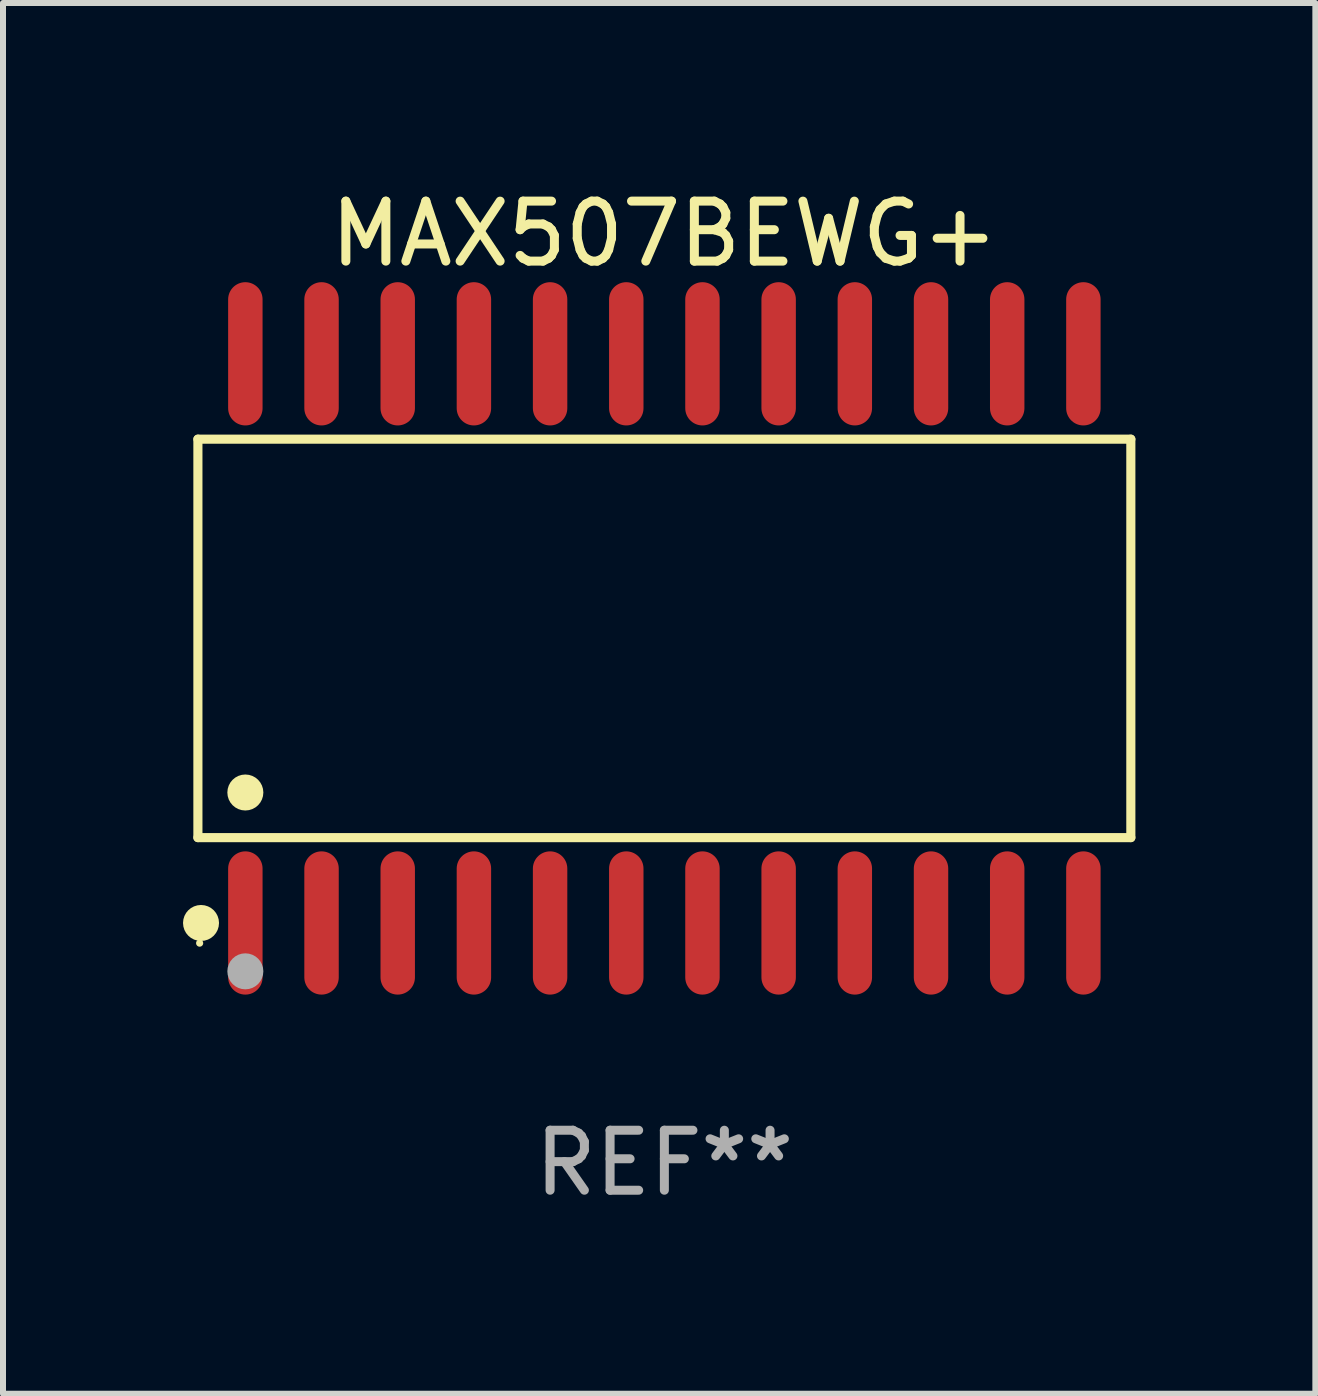
<source format=kicad_pcb>
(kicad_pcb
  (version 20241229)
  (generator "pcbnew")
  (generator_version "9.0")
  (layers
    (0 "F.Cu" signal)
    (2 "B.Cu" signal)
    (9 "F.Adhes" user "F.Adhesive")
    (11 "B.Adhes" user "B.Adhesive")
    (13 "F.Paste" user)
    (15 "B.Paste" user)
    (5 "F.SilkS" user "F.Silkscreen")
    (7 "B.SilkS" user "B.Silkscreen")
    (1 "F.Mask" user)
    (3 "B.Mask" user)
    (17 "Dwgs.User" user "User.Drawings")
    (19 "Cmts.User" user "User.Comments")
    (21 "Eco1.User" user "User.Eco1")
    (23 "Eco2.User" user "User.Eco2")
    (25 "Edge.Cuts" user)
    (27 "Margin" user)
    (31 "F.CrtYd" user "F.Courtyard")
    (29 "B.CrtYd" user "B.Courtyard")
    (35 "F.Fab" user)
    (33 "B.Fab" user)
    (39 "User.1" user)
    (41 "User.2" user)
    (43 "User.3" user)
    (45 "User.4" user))
  (footprint "MAX507BEWG+"
    (layer "F.Cu")
    (at 8.025 7.592)
    (property "Reference" "MAX507BEWG+" (at 0 -6.744 0) (layer "F.SilkS") (effects (font (size 1 1) (thickness 0.15))))
    (attr through_hole)
    (fp_line (start -7.776 -3.321) (end 7.776 -3.321) (stroke (width 0.152) (type solid)) (layer "F.SilkS"))
    (fp_line (start -7.776 3.321) (end -7.776 -3.321) (stroke (width 0.152) (type solid)) (layer "F.SilkS"))
    (fp_line (start 7.776 -3.321) (end 7.776 3.321) (stroke (width 0.152) (type solid)) (layer "F.SilkS"))
    (fp_line (start 7.776 3.321) (end -7.776 3.321) (stroke (width 0.152) (type solid)) (layer "F.SilkS"))
    (fp_circle (center -7.747 5.08) (end -7.717 5.08) (stroke (width 0.06) (type solid)) (fill no) (layer "F.SilkS"))
    (fp_circle (center -7.724 4.744) (end -7.574 4.744) (stroke (width 0.3) (type solid)) (fill no) (layer "F.SilkS"))
    (fp_circle (center -6.985 2.569) (end -6.835 2.569) (stroke (width 0.3) (type solid)) (fill no) (layer "F.SilkS"))
    (fp_circle (center -6.985 5.55) (end -6.835 5.55) (stroke (width 0.3) (type solid)) (fill no) (layer "F.Fab"))
    (fp_text user "REF**" (at 0 8.744 0) (layer "F.Fab") (effects (font (size 1 1) (thickness 0.15))))
    (pad "1" smd oval (at -6.985 4.744) (size 0.574 2.388) (layers "F.Cu" "F.Mask" "F.Paste"))
    (pad "2" smd oval (at -5.715 4.744) (size 0.574 2.388) (layers "F.Cu" "F.Mask" "F.Paste"))
    (pad "3" smd oval (at -4.445 4.744) (size 0.574 2.388) (layers "F.Cu" "F.Mask" "F.Paste"))
    (pad "4" smd oval (at -3.175 4.744) (size 0.574 2.388) (layers "F.Cu" "F.Mask" "F.Paste"))
    (pad "5" smd oval (at -1.905 4.744) (size 0.574 2.388) (layers "F.Cu" "F.Mask" "F.Paste"))
    (pad "6" smd oval (at -0.635 4.744) (size 0.574 2.388) (layers "F.Cu" "F.Mask" "F.Paste"))
    (pad "7" smd oval (at 0.635 4.744) (size 0.574 2.388) (layers "F.Cu" "F.Mask" "F.Paste"))
    (pad "8" smd oval (at 1.905 4.744) (size 0.574 2.388) (layers "F.Cu" "F.Mask" "F.Paste"))
    (pad "9" smd oval (at 3.175 4.744) (size 0.574 2.388) (layers "F.Cu" "F.Mask" "F.Paste"))
    (pad "10" smd oval (at 4.445 4.744) (size 0.574 2.388) (layers "F.Cu" "F.Mask" "F.Paste"))
    (pad "11" smd oval (at 5.715 4.744) (size 0.574 2.388) (layers "F.Cu" "F.Mask" "F.Paste"))
    (pad "12" smd oval (at 6.985 4.744) (size 0.574 2.388) (layers "F.Cu" "F.Mask" "F.Paste"))
    (pad "13" smd oval (at 6.985 -4.744) (size 0.574 2.388) (layers "F.Cu" "F.Mask" "F.Paste"))
    (pad "14" smd oval (at 5.715 -4.744) (size 0.574 2.388) (layers "F.Cu" "F.Mask" "F.Paste"))
    (pad "15" smd oval (at 4.445 -4.744) (size 0.574 2.388) (layers "F.Cu" "F.Mask" "F.Paste"))
    (pad "16" smd oval (at 3.175 -4.744) (size 0.574 2.388) (layers "F.Cu" "F.Mask" "F.Paste"))
    (pad "17" smd oval (at 1.905 -4.744) (size 0.574 2.388) (layers "F.Cu" "F.Mask" "F.Paste"))
    (pad "18" smd oval (at 0.635 -4.744) (size 0.574 2.388) (layers "F.Cu" "F.Mask" "F.Paste"))
    (pad "19" smd oval (at -0.635 -4.744) (size 0.574 2.388) (layers "F.Cu" "F.Mask" "F.Paste"))
    (pad "20" smd oval (at -1.905 -4.744) (size 0.574 2.388) (layers "F.Cu" "F.Mask" "F.Paste"))
    (pad "21" smd oval (at -3.175 -4.744) (size 0.574 2.388) (layers "F.Cu" "F.Mask" "F.Paste"))
    (pad "22" smd oval (at -4.445 -4.744) (size 0.574 2.388) (layers "F.Cu" "F.Mask" "F.Paste"))
    (pad "23" smd oval (at -5.715 -4.744) (size 0.574 2.388) (layers "F.Cu" "F.Mask" "F.Paste"))
    (pad "24" smd oval (at -6.985 -4.744) (size 0.574 2.388) (layers "F.Cu" "F.Mask" "F.Paste")))
  (gr_rect
    (start -3 -3)
    (end 18.877 20.184)
    (stroke (width 0.1) (type default))
    (fill no)
    (layer "Edge.Cuts")))
</source>
